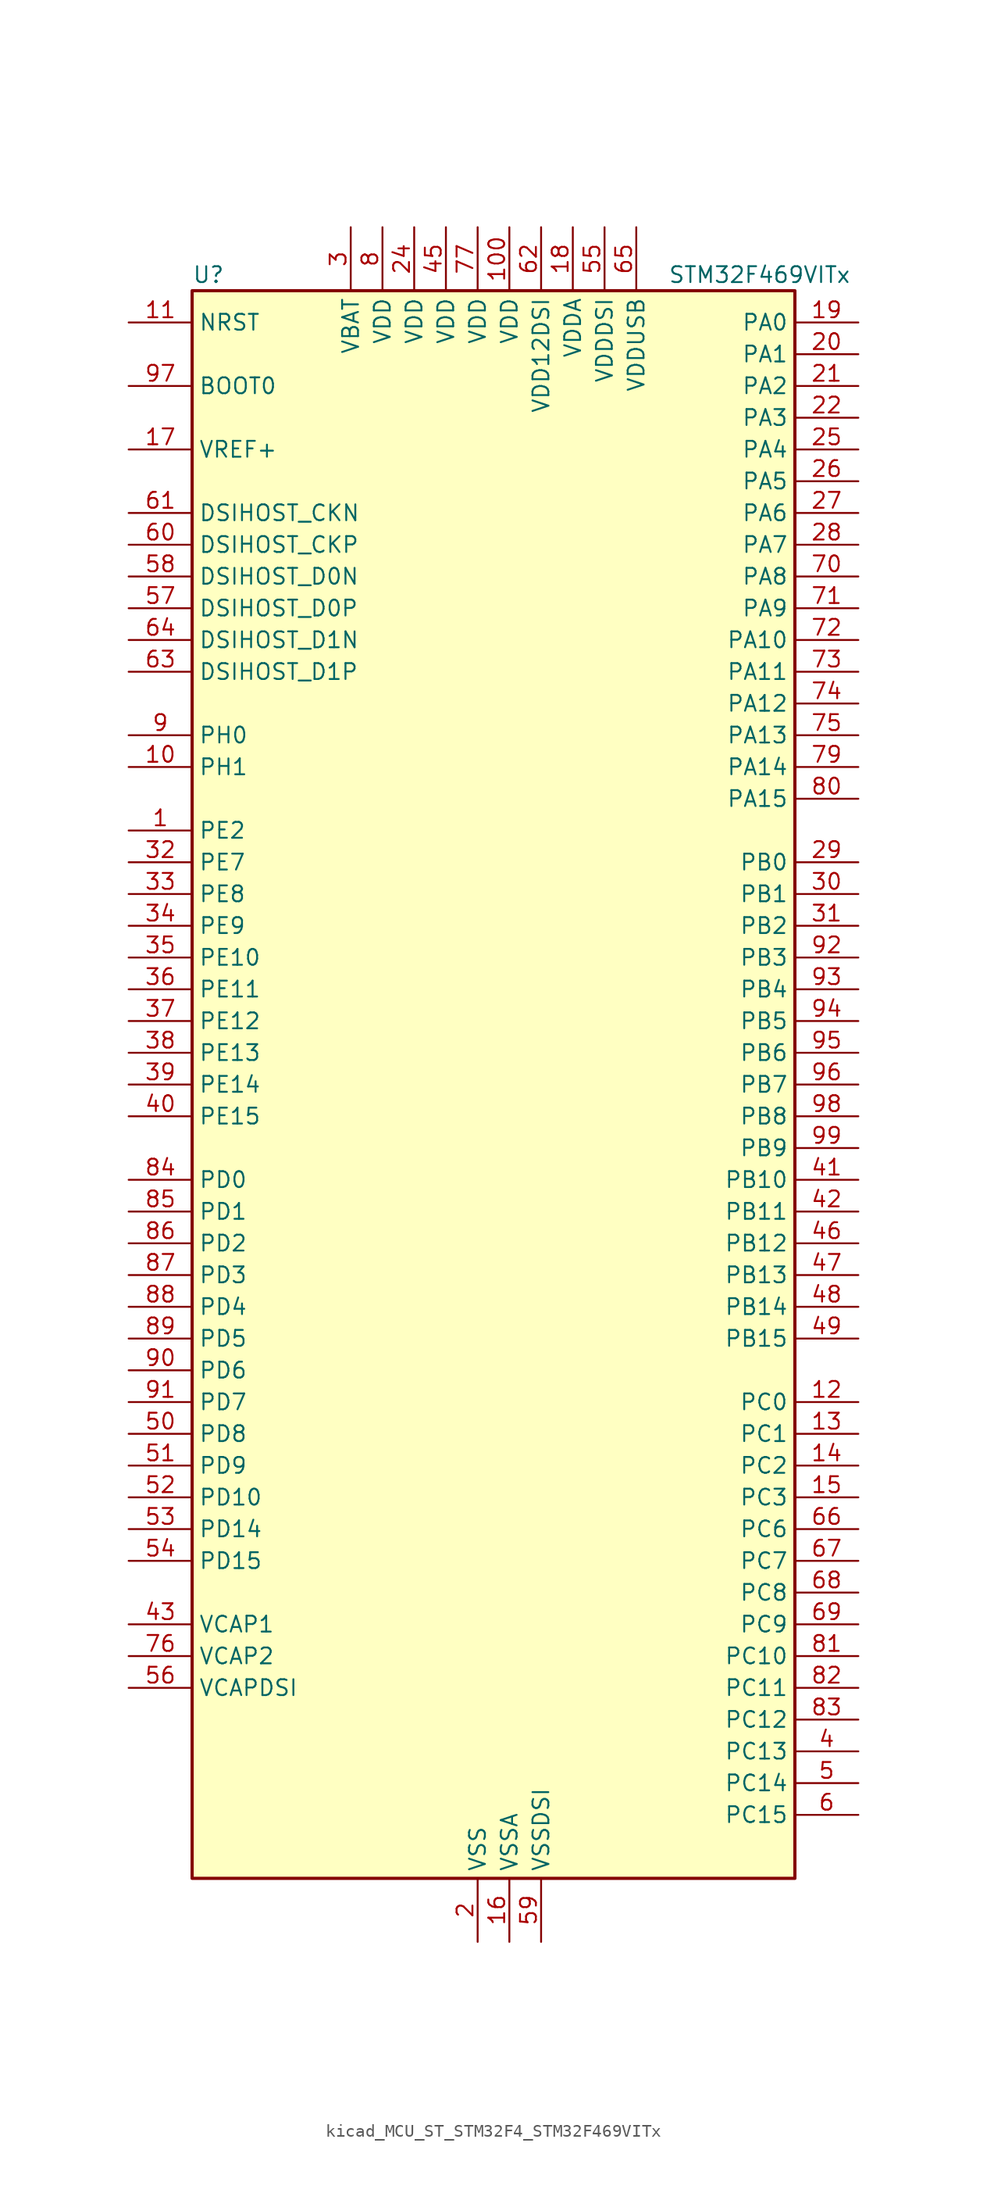
<source format=kicad_sym>
(kicad_symbol_lib
  (version 20220914)
  (generator kicad_symbol_editor)
  (symbol "kicad_MCU_ST_STM32F4_STM32F469VITx"
    (property "Reference" "U"
      (at -22.86 64.77 0)
      (effects (font (size 1.27 1.27)) (justify left)))
    (property "Value" "STM32F469VITx"
      (at 15.24 64.77 0)
      (effects (font (size 1.27 1.27)) (justify left)))
    (property "ki_locked" ""
      (at 0 0 0)
      (effects (font (size 1.27 1.27))))
    (symbol "kicad_MCU_ST_STM32F4_STM32F469VITx_0_1"
      (rectangle (start -22.86 -63.5) (end 25.4 63.5) (stroke (width 0.254) (type default)) (fill (type background))))
    (symbol "kicad_MCU_ST_STM32F4_STM32F469VITx_1_1"
      (pin bidirectional line (at -27.94 20.32 0) (length 5.08) (name "PE2" (effects (font (size 1.27 1.27)))) (number "1" (effects (font (size 1.27 1.27)))) (alternate "FMC_A23" bidirectional line) (alternate "QUADSPI_BK1_IO2" bidirectional line) (alternate "SAI1_MCLK_A" bidirectional line) (alternate "SPI4_SCK" bidirectional line) (alternate "SYS_TRACECLK" bidirectional line))
      (pin bidirectional line (at -27.94 25.4 0) (length 5.08) (name "PH1" (effects (font (size 1.27 1.27)))) (number "10" (effects (font (size 1.27 1.27)))) (alternate "RCC_OSC_OUT" bidirectional line))
      (pin power_in line (at 2.54 68.58 270) (length 5.08) (name "VDD" (effects (font (size 1.27 1.27)))) (number "100" (effects (font (size 1.27 1.27)))))
      (pin input line (at -27.94 60.96 0) (length 5.08) (name "NRST" (effects (font (size 1.27 1.27)))) (number "11" (effects (font (size 1.27 1.27)))))
      (pin bidirectional line (at 30.48 -25.4 180) (length 5.08) (name "PC0" (effects (font (size 1.27 1.27)))) (number "12" (effects (font (size 1.27 1.27)))) (alternate "ADC1_IN10" bidirectional line) (alternate "ADC2_IN10" bidirectional line) (alternate "ADC3_IN10" bidirectional line) (alternate "FMC_SDNWE" bidirectional line) (alternate "LTDC_R5" bidirectional line) (alternate "USB_OTG_HS_ULPI_STP" bidirectional line))
      (pin bidirectional line (at 30.48 -27.94 180) (length 5.08) (name "PC1" (effects (font (size 1.27 1.27)))) (number "13" (effects (font (size 1.27 1.27)))) (alternate "ADC1_IN11" bidirectional line) (alternate "ADC2_IN11" bidirectional line) (alternate "ADC3_IN11" bidirectional line) (alternate "I2S2_SD" bidirectional line) (alternate "SAI1_SD_A" bidirectional line) (alternate "SPI2_MOSI" bidirectional line) (alternate "SYS_TRACED0" bidirectional line))
      (pin bidirectional line (at 30.48 -30.48 180) (length 5.08) (name "PC2" (effects (font (size 1.27 1.27)))) (number "14" (effects (font (size 1.27 1.27)))) (alternate "ADC1_IN12" bidirectional line) (alternate "ADC2_IN12" bidirectional line) (alternate "ADC3_IN12" bidirectional line) (alternate "FMC_SDNE0" bidirectional line) (alternate "I2S2_ext_SD" bidirectional line) (alternate "SPI2_MISO" bidirectional line) (alternate "USB_OTG_HS_ULPI_DIR" bidirectional line))
      (pin bidirectional line (at 30.48 -33.02 180) (length 5.08) (name "PC3" (effects (font (size 1.27 1.27)))) (number "15" (effects (font (size 1.27 1.27)))) (alternate "ADC1_IN13" bidirectional line) (alternate "ADC2_IN13" bidirectional line) (alternate "ADC3_IN13" bidirectional line) (alternate "FMC_SDCKE0" bidirectional line) (alternate "I2S2_SD" bidirectional line) (alternate "SPI2_MOSI" bidirectional line) (alternate "USB_OTG_HS_ULPI_NXT" bidirectional line))
      (pin power_in line (at 2.54 -68.58 90) (length 5.08) (name "VSSA" (effects (font (size 1.27 1.27)))) (number "16" (effects (font (size 1.27 1.27)))))
      (pin input line (at -27.94 50.8 0) (length 5.08) (name "VREF+" (effects (font (size 1.27 1.27)))) (number "17" (effects (font (size 1.27 1.27)))))
      (pin power_in line (at 7.62 68.58 270) (length 5.08) (name "VDDA" (effects (font (size 1.27 1.27)))) (number "18" (effects (font (size 1.27 1.27)))))
      (pin bidirectional line (at 30.48 60.96 180) (length 5.08) (name "PA0" (effects (font (size 1.27 1.27)))) (number "19" (effects (font (size 1.27 1.27)))) (alternate "ADC1_IN0" bidirectional line) (alternate "ADC2_IN0" bidirectional line) (alternate "ADC3_IN0" bidirectional line) (alternate "SYS_WKUP" bidirectional line) (alternate "TIM2_CH1" bidirectional line) (alternate "TIM2_ETR" bidirectional line) (alternate "TIM5_CH1" bidirectional line) (alternate "TIM8_ETR" bidirectional line) (alternate "UART4_TX" bidirectional line) (alternate "USART2_CTS" bidirectional line))
      (pin power_in line (at 0 -68.58 90) (length 5.08) (name "VSS" (effects (font (size 1.27 1.27)))) (number "2" (effects (font (size 1.27 1.27)))))
      (pin bidirectional line (at 30.48 58.42 180) (length 5.08) (name "PA1" (effects (font (size 1.27 1.27)))) (number "20" (effects (font (size 1.27 1.27)))) (alternate "ADC1_IN1" bidirectional line) (alternate "ADC2_IN1" bidirectional line) (alternate "ADC3_IN1" bidirectional line) (alternate "LTDC_R2" bidirectional line) (alternate "QUADSPI_BK1_IO3" bidirectional line) (alternate "TIM2_CH2" bidirectional line) (alternate "TIM5_CH2" bidirectional line) (alternate "UART4_RX" bidirectional line) (alternate "USART2_RTS" bidirectional line))
      (pin bidirectional line (at 30.48 55.88 180) (length 5.08) (name "PA2" (effects (font (size 1.27 1.27)))) (number "21" (effects (font (size 1.27 1.27)))) (alternate "ADC1_IN2" bidirectional line) (alternate "ADC2_IN2" bidirectional line) (alternate "ADC3_IN2" bidirectional line) (alternate "LTDC_R1" bidirectional line) (alternate "TIM2_CH3" bidirectional line) (alternate "TIM5_CH3" bidirectional line) (alternate "TIM9_CH1" bidirectional line) (alternate "USART2_TX" bidirectional line))
      (pin bidirectional line (at 30.48 53.34 180) (length 5.08) (name "PA3" (effects (font (size 1.27 1.27)))) (number "22" (effects (font (size 1.27 1.27)))) (alternate "ADC1_IN3" bidirectional line) (alternate "ADC2_IN3" bidirectional line) (alternate "ADC3_IN3" bidirectional line) (alternate "LTDC_B2" bidirectional line) (alternate "LTDC_B5" bidirectional line) (alternate "TIM2_CH4" bidirectional line) (alternate "TIM5_CH4" bidirectional line) (alternate "TIM9_CH2" bidirectional line) (alternate "USART2_RX" bidirectional line) (alternate "USB_OTG_HS_ULPI_D0" bidirectional line))
      (pin passive line (at 0 -68.58 90) (length 5.08) hide (name "VSS" (effects (font (size 1.27 1.27)))) (number "23" (effects (font (size 1.27 1.27)))))
      (pin power_in line (at -5.08 68.58 270) (length 5.08) (name "VDD" (effects (font (size 1.27 1.27)))) (number "24" (effects (font (size 1.27 1.27)))))
      (pin bidirectional line (at 30.48 50.8 180) (length 5.08) (name "PA4" (effects (font (size 1.27 1.27)))) (number "25" (effects (font (size 1.27 1.27)))) (alternate "ADC1_IN4" bidirectional line) (alternate "ADC2_IN4" bidirectional line) (alternate "DAC_OUT1" bidirectional line) (alternate "DCMI_HSYNC" bidirectional line) (alternate "I2S3_WS" bidirectional line) (alternate "LTDC_VSYNC" bidirectional line) (alternate "SPI1_NSS" bidirectional line) (alternate "SPI3_NSS" bidirectional line) (alternate "USART2_CK" bidirectional line) (alternate "USB_OTG_HS_SOF" bidirectional line))
      (pin bidirectional line (at 30.48 48.26 180) (length 5.08) (name "PA5" (effects (font (size 1.27 1.27)))) (number "26" (effects (font (size 1.27 1.27)))) (alternate "ADC1_IN5" bidirectional line) (alternate "ADC2_IN5" bidirectional line) (alternate "DAC_OUT2" bidirectional line) (alternate "LTDC_R4" bidirectional line) (alternate "SPI1_SCK" bidirectional line) (alternate "TIM2_CH1" bidirectional line) (alternate "TIM2_ETR" bidirectional line) (alternate "TIM8_CH1N" bidirectional line) (alternate "USB_OTG_HS_ULPI_CK" bidirectional line))
      (pin bidirectional line (at 30.48 45.72 180) (length 5.08) (name "PA6" (effects (font (size 1.27 1.27)))) (number "27" (effects (font (size 1.27 1.27)))) (alternate "ADC1_IN6" bidirectional line) (alternate "ADC2_IN6" bidirectional line) (alternate "DCMI_PIXCLK" bidirectional line) (alternate "LTDC_G2" bidirectional line) (alternate "SPI1_MISO" bidirectional line) (alternate "TIM13_CH1" bidirectional line) (alternate "TIM1_BKIN" bidirectional line) (alternate "TIM3_CH1" bidirectional line) (alternate "TIM8_BKIN" bidirectional line))
      (pin bidirectional line (at 30.48 43.18 180) (length 5.08) (name "PA7" (effects (font (size 1.27 1.27)))) (number "28" (effects (font (size 1.27 1.27)))) (alternate "ADC1_IN7" bidirectional line) (alternate "ADC2_IN7" bidirectional line) (alternate "FMC_SDNWE" bidirectional line) (alternate "QUADSPI_CLK" bidirectional line) (alternate "SPI1_MOSI" bidirectional line) (alternate "TIM14_CH1" bidirectional line) (alternate "TIM1_CH1N" bidirectional line) (alternate "TIM3_CH2" bidirectional line) (alternate "TIM8_CH1N" bidirectional line))
      (pin bidirectional line (at 30.48 17.78 180) (length 5.08) (name "PB0" (effects (font (size 1.27 1.27)))) (number "29" (effects (font (size 1.27 1.27)))) (alternate "ADC1_IN8" bidirectional line) (alternate "ADC2_IN8" bidirectional line) (alternate "LTDC_G1" bidirectional line) (alternate "LTDC_R3" bidirectional line) (alternate "TIM1_CH2N" bidirectional line) (alternate "TIM3_CH3" bidirectional line) (alternate "TIM8_CH2N" bidirectional line) (alternate "USB_OTG_HS_ULPI_D1" bidirectional line))
      (pin power_in line (at -10.16 68.58 270) (length 5.08) (name "VBAT" (effects (font (size 1.27 1.27)))) (number "3" (effects (font (size 1.27 1.27)))))
      (pin bidirectional line (at 30.48 15.24 180) (length 5.08) (name "PB1" (effects (font (size 1.27 1.27)))) (number "30" (effects (font (size 1.27 1.27)))) (alternate "ADC1_IN9" bidirectional line) (alternate "ADC2_IN9" bidirectional line) (alternate "LTDC_G0" bidirectional line) (alternate "LTDC_R6" bidirectional line) (alternate "TIM1_CH3N" bidirectional line) (alternate "TIM3_CH4" bidirectional line) (alternate "TIM8_CH3N" bidirectional line) (alternate "USB_OTG_HS_ULPI_D2" bidirectional line))
      (pin bidirectional line (at 30.48 12.7 180) (length 5.08) (name "PB2" (effects (font (size 1.27 1.27)))) (number "31" (effects (font (size 1.27 1.27)))))
      (pin bidirectional line (at -27.94 17.78 0) (length 5.08) (name "PE7" (effects (font (size 1.27 1.27)))) (number "32" (effects (font (size 1.27 1.27)))) (alternate "FMC_D4" bidirectional line) (alternate "FMC_DA4" bidirectional line) (alternate "QUADSPI_BK2_IO0" bidirectional line) (alternate "TIM1_ETR" bidirectional line) (alternate "UART7_RX" bidirectional line))
      (pin bidirectional line (at -27.94 15.24 0) (length 5.08) (name "PE8" (effects (font (size 1.27 1.27)))) (number "33" (effects (font (size 1.27 1.27)))) (alternate "FMC_D5" bidirectional line) (alternate "FMC_DA5" bidirectional line) (alternate "QUADSPI_BK2_IO1" bidirectional line) (alternate "TIM1_CH1N" bidirectional line) (alternate "UART7_TX" bidirectional line))
      (pin bidirectional line (at -27.94 12.7 0) (length 5.08) (name "PE9" (effects (font (size 1.27 1.27)))) (number "34" (effects (font (size 1.27 1.27)))) (alternate "DAC_EXTI9" bidirectional line) (alternate "FMC_D6" bidirectional line) (alternate "FMC_DA6" bidirectional line) (alternate "QUADSPI_BK2_IO2" bidirectional line) (alternate "TIM1_CH1" bidirectional line))
      (pin bidirectional line (at -27.94 10.16 0) (length 5.08) (name "PE10" (effects (font (size 1.27 1.27)))) (number "35" (effects (font (size 1.27 1.27)))) (alternate "FMC_D7" bidirectional line) (alternate "FMC_DA7" bidirectional line) (alternate "QUADSPI_BK2_IO3" bidirectional line) (alternate "TIM1_CH2N" bidirectional line))
      (pin bidirectional line (at -27.94 7.62 0) (length 5.08) (name "PE11" (effects (font (size 1.27 1.27)))) (number "36" (effects (font (size 1.27 1.27)))) (alternate "ADC1_EXTI11" bidirectional line) (alternate "ADC2_EXTI11" bidirectional line) (alternate "ADC3_EXTI11" bidirectional line) (alternate "FMC_D8" bidirectional line) (alternate "FMC_DA8" bidirectional line) (alternate "LTDC_G3" bidirectional line) (alternate "SPI4_NSS" bidirectional line) (alternate "TIM1_CH2" bidirectional line))
      (pin bidirectional line (at -27.94 5.08 0) (length 5.08) (name "PE12" (effects (font (size 1.27 1.27)))) (number "37" (effects (font (size 1.27 1.27)))) (alternate "FMC_D9" bidirectional line) (alternate "FMC_DA9" bidirectional line) (alternate "LTDC_B4" bidirectional line) (alternate "SPI4_SCK" bidirectional line) (alternate "TIM1_CH3N" bidirectional line))
      (pin bidirectional line (at -27.94 2.54 0) (length 5.08) (name "PE13" (effects (font (size 1.27 1.27)))) (number "38" (effects (font (size 1.27 1.27)))) (alternate "FMC_D10" bidirectional line) (alternate "FMC_DA10" bidirectional line) (alternate "LTDC_DE" bidirectional line) (alternate "SPI4_MISO" bidirectional line) (alternate "TIM1_CH3" bidirectional line))
      (pin bidirectional line (at -27.94 0 0) (length 5.08) (name "PE14" (effects (font (size 1.27 1.27)))) (number "39" (effects (font (size 1.27 1.27)))) (alternate "FMC_D11" bidirectional line) (alternate "FMC_DA11" bidirectional line) (alternate "LTDC_CLK" bidirectional line) (alternate "SPI4_MOSI" bidirectional line) (alternate "TIM1_CH4" bidirectional line))
      (pin bidirectional line (at 30.48 -53.34 180) (length 5.08) (name "PC13" (effects (font (size 1.27 1.27)))) (number "4" (effects (font (size 1.27 1.27)))) (alternate "RTC_AF1" bidirectional line))
      (pin bidirectional line (at -27.94 -2.54 0) (length 5.08) (name "PE15" (effects (font (size 1.27 1.27)))) (number "40" (effects (font (size 1.27 1.27)))) (alternate "ADC1_EXTI15" bidirectional line) (alternate "ADC2_EXTI15" bidirectional line) (alternate "ADC3_EXTI15" bidirectional line) (alternate "FMC_D12" bidirectional line) (alternate "FMC_DA12" bidirectional line) (alternate "LTDC_R7" bidirectional line) (alternate "TIM1_BKIN" bidirectional line))
      (pin bidirectional line (at 30.48 -7.62 180) (length 5.08) (name "PB10" (effects (font (size 1.27 1.27)))) (number "41" (effects (font (size 1.27 1.27)))) (alternate "I2C2_SCL" bidirectional line) (alternate "I2S2_CK" bidirectional line) (alternate "LTDC_G4" bidirectional line) (alternate "QUADSPI_BK1_NCS" bidirectional line) (alternate "SPI2_SCK" bidirectional line) (alternate "TIM2_CH3" bidirectional line) (alternate "USART3_TX" bidirectional line) (alternate "USB_OTG_HS_ULPI_D3" bidirectional line))
      (pin bidirectional line (at 30.48 -10.16 180) (length 5.08) (name "PB11" (effects (font (size 1.27 1.27)))) (number "42" (effects (font (size 1.27 1.27)))) (alternate "ADC1_EXTI11" bidirectional line) (alternate "ADC2_EXTI11" bidirectional line) (alternate "ADC3_EXTI11" bidirectional line) (alternate "DSIHOST_TE" bidirectional line) (alternate "I2C2_SDA" bidirectional line) (alternate "LTDC_G5" bidirectional line) (alternate "TIM2_CH4" bidirectional line) (alternate "USART3_RX" bidirectional line) (alternate "USB_OTG_HS_ULPI_D4" bidirectional line))
      (pin power_out line (at -27.94 -43.18 0) (length 5.08) (name "VCAP1" (effects (font (size 1.27 1.27)))) (number "43" (effects (font (size 1.27 1.27)))))
      (pin passive line (at 0 -68.58 90) (length 5.08) hide (name "VSS" (effects (font (size 1.27 1.27)))) (number "44" (effects (font (size 1.27 1.27)))))
      (pin power_in line (at -2.54 68.58 270) (length 5.08) (name "VDD" (effects (font (size 1.27 1.27)))) (number "45" (effects (font (size 1.27 1.27)))))
      (pin bidirectional line (at 30.48 -12.7 180) (length 5.08) (name "PB12" (effects (font (size 1.27 1.27)))) (number "46" (effects (font (size 1.27 1.27)))) (alternate "CAN2_RX" bidirectional line) (alternate "I2C2_SMBA" bidirectional line) (alternate "I2S2_WS" bidirectional line) (alternate "SPI2_NSS" bidirectional line) (alternate "TIM1_BKIN" bidirectional line) (alternate "USART3_CK" bidirectional line) (alternate "USB_OTG_HS_ID" bidirectional line) (alternate "USB_OTG_HS_ULPI_D5" bidirectional line))
      (pin bidirectional line (at 30.48 -15.24 180) (length 5.08) (name "PB13" (effects (font (size 1.27 1.27)))) (number "47" (effects (font (size 1.27 1.27)))) (alternate "CAN2_TX" bidirectional line) (alternate "I2S2_CK" bidirectional line) (alternate "SPI2_SCK" bidirectional line) (alternate "TIM1_CH1N" bidirectional line) (alternate "USART3_CTS" bidirectional line) (alternate "USB_OTG_HS_ULPI_D6" bidirectional line) (alternate "USB_OTG_HS_VBUS" bidirectional line))
      (pin bidirectional line (at 30.48 -17.78 180) (length 5.08) (name "PB14" (effects (font (size 1.27 1.27)))) (number "48" (effects (font (size 1.27 1.27)))) (alternate "I2S2_ext_SD" bidirectional line) (alternate "SPI2_MISO" bidirectional line) (alternate "TIM12_CH1" bidirectional line) (alternate "TIM1_CH2N" bidirectional line) (alternate "TIM8_CH2N" bidirectional line) (alternate "USART3_RTS" bidirectional line) (alternate "USB_OTG_HS_DM" bidirectional line))
      (pin bidirectional line (at 30.48 -20.32 180) (length 5.08) (name "PB15" (effects (font (size 1.27 1.27)))) (number "49" (effects (font (size 1.27 1.27)))) (alternate "ADC1_EXTI15" bidirectional line) (alternate "ADC2_EXTI15" bidirectional line) (alternate "ADC3_EXTI15" bidirectional line) (alternate "I2S2_SD" bidirectional line) (alternate "RTC_REFIN" bidirectional line) (alternate "SPI2_MOSI" bidirectional line) (alternate "TIM12_CH2" bidirectional line) (alternate "TIM1_CH3N" bidirectional line) (alternate "TIM8_CH3N" bidirectional line) (alternate "USB_OTG_HS_DP" bidirectional line))
      (pin bidirectional line (at 30.48 -55.88 180) (length 5.08) (name "PC14" (effects (font (size 1.27 1.27)))) (number "5" (effects (font (size 1.27 1.27)))) (alternate "RCC_OSC32_IN" bidirectional line))
      (pin bidirectional line (at -27.94 -27.94 0) (length 5.08) (name "PD8" (effects (font (size 1.27 1.27)))) (number "50" (effects (font (size 1.27 1.27)))) (alternate "FMC_D13" bidirectional line) (alternate "FMC_DA13" bidirectional line) (alternate "USART3_TX" bidirectional line))
      (pin bidirectional line (at -27.94 -30.48 0) (length 5.08) (name "PD9" (effects (font (size 1.27 1.27)))) (number "51" (effects (font (size 1.27 1.27)))) (alternate "DAC_EXTI9" bidirectional line) (alternate "FMC_D14" bidirectional line) (alternate "FMC_DA14" bidirectional line) (alternate "USART3_RX" bidirectional line))
      (pin bidirectional line (at -27.94 -33.02 0) (length 5.08) (name "PD10" (effects (font (size 1.27 1.27)))) (number "52" (effects (font (size 1.27 1.27)))) (alternate "FMC_D15" bidirectional line) (alternate "FMC_DA15" bidirectional line) (alternate "LTDC_B3" bidirectional line) (alternate "USART3_CK" bidirectional line))
      (pin bidirectional line (at -27.94 -35.56 0) (length 5.08) (name "PD14" (effects (font (size 1.27 1.27)))) (number "53" (effects (font (size 1.27 1.27)))) (alternate "FMC_D0" bidirectional line) (alternate "FMC_DA0" bidirectional line) (alternate "TIM4_CH3" bidirectional line))
      (pin bidirectional line (at -27.94 -38.1 0) (length 5.08) (name "PD15" (effects (font (size 1.27 1.27)))) (number "54" (effects (font (size 1.27 1.27)))) (alternate "ADC1_EXTI15" bidirectional line) (alternate "ADC2_EXTI15" bidirectional line) (alternate "ADC3_EXTI15" bidirectional line) (alternate "FMC_D1" bidirectional line) (alternate "FMC_DA1" bidirectional line) (alternate "TIM4_CH4" bidirectional line))
      (pin power_in line (at 10.16 68.58 270) (length 5.08) (name "VDDDSI" (effects (font (size 1.27 1.27)))) (number "55" (effects (font (size 1.27 1.27)))))
      (pin power_out line (at -27.94 -48.26 0) (length 5.08) (name "VCAPDSI" (effects (font (size 1.27 1.27)))) (number "56" (effects (font (size 1.27 1.27)))))
      (pin bidirectional line (at -27.94 38.1 0) (length 5.08) (name "DSIHOST_D0P" (effects (font (size 1.27 1.27)))) (number "57" (effects (font (size 1.27 1.27)))) (alternate "DSIHOST_D0P" bidirectional line))
      (pin bidirectional line (at -27.94 40.64 0) (length 5.08) (name "DSIHOST_D0N" (effects (font (size 1.27 1.27)))) (number "58" (effects (font (size 1.27 1.27)))) (alternate "DSIHOST_D0N" bidirectional line))
      (pin power_in line (at 5.08 -68.58 90) (length 5.08) (name "VSSDSI" (effects (font (size 1.27 1.27)))) (number "59" (effects (font (size 1.27 1.27)))))
      (pin bidirectional line (at 30.48 -58.42 180) (length 5.08) (name "PC15" (effects (font (size 1.27 1.27)))) (number "6" (effects (font (size 1.27 1.27)))) (alternate "ADC1_EXTI15" bidirectional line) (alternate "ADC2_EXTI15" bidirectional line) (alternate "ADC3_EXTI15" bidirectional line) (alternate "RCC_OSC32_OUT" bidirectional line))
      (pin bidirectional line (at -27.94 43.18 0) (length 5.08) (name "DSIHOST_CKP" (effects (font (size 1.27 1.27)))) (number "60" (effects (font (size 1.27 1.27)))) (alternate "DSIHOST_CKP" bidirectional line))
      (pin bidirectional line (at -27.94 45.72 0) (length 5.08) (name "DSIHOST_CKN" (effects (font (size 1.27 1.27)))) (number "61" (effects (font (size 1.27 1.27)))) (alternate "DSIHOST_CKN" bidirectional line))
      (pin power_in line (at 5.08 68.58 270) (length 5.08) (name "VDD12DSI" (effects (font (size 1.27 1.27)))) (number "62" (effects (font (size 1.27 1.27)))))
      (pin bidirectional line (at -27.94 33.02 0) (length 5.08) (name "DSIHOST_D1P" (effects (font (size 1.27 1.27)))) (number "63" (effects (font (size 1.27 1.27)))) (alternate "DSIHOST_D1P" bidirectional line))
      (pin bidirectional line (at -27.94 35.56 0) (length 5.08) (name "DSIHOST_D1N" (effects (font (size 1.27 1.27)))) (number "64" (effects (font (size 1.27 1.27)))) (alternate "DSIHOST_D1N" bidirectional line))
      (pin power_in line (at 12.7 68.58 270) (length 5.08) (name "VDDUSB" (effects (font (size 1.27 1.27)))) (number "65" (effects (font (size 1.27 1.27)))))
      (pin bidirectional line (at 30.48 -35.56 180) (length 5.08) (name "PC6" (effects (font (size 1.27 1.27)))) (number "66" (effects (font (size 1.27 1.27)))) (alternate "DCMI_D0" bidirectional line) (alternate "I2S2_MCK" bidirectional line) (alternate "LTDC_HSYNC" bidirectional line) (alternate "SDIO_D6" bidirectional line) (alternate "TIM3_CH1" bidirectional line) (alternate "TIM8_CH1" bidirectional line) (alternate "USART6_TX" bidirectional line))
      (pin bidirectional line (at 30.48 -38.1 180) (length 5.08) (name "PC7" (effects (font (size 1.27 1.27)))) (number "67" (effects (font (size 1.27 1.27)))) (alternate "DCMI_D1" bidirectional line) (alternate "I2S3_MCK" bidirectional line) (alternate "LTDC_G6" bidirectional line) (alternate "SDIO_D7" bidirectional line) (alternate "TIM3_CH2" bidirectional line) (alternate "TIM8_CH2" bidirectional line) (alternate "USART6_RX" bidirectional line))
      (pin bidirectional line (at 30.48 -40.64 180) (length 5.08) (name "PC8" (effects (font (size 1.27 1.27)))) (number "68" (effects (font (size 1.27 1.27)))) (alternate "DCMI_D2" bidirectional line) (alternate "SDIO_D0" bidirectional line) (alternate "SYS_TRACED1" bidirectional line) (alternate "TIM3_CH3" bidirectional line) (alternate "TIM8_CH3" bidirectional line) (alternate "USART6_CK" bidirectional line))
      (pin bidirectional line (at 30.48 -43.18 180) (length 5.08) (name "PC9" (effects (font (size 1.27 1.27)))) (number "69" (effects (font (size 1.27 1.27)))) (alternate "DAC_EXTI9" bidirectional line) (alternate "DCMI_D3" bidirectional line) (alternate "I2C3_SDA" bidirectional line) (alternate "I2S_CKIN" bidirectional line) (alternate "QUADSPI_BK1_IO0" bidirectional line) (alternate "RCC_MCO_2" bidirectional line) (alternate "SDIO_D1" bidirectional line) (alternate "TIM3_CH4" bidirectional line) (alternate "TIM8_CH4" bidirectional line))
      (pin passive line (at 0 -68.58 90) (length 5.08) hide (name "VSS" (effects (font (size 1.27 1.27)))) (number "7" (effects (font (size 1.27 1.27)))))
      (pin bidirectional line (at 30.48 40.64 180) (length 5.08) (name "PA8" (effects (font (size 1.27 1.27)))) (number "70" (effects (font (size 1.27 1.27)))) (alternate "I2C3_SCL" bidirectional line) (alternate "LTDC_R6" bidirectional line) (alternate "RCC_MCO_1" bidirectional line) (alternate "TIM1_CH1" bidirectional line) (alternate "USART1_CK" bidirectional line) (alternate "USB_OTG_FS_SOF" bidirectional line))
      (pin bidirectional line (at 30.48 38.1 180) (length 5.08) (name "PA9" (effects (font (size 1.27 1.27)))) (number "71" (effects (font (size 1.27 1.27)))) (alternate "DAC_EXTI9" bidirectional line) (alternate "DCMI_D0" bidirectional line) (alternate "I2C3_SMBA" bidirectional line) (alternate "I2S2_CK" bidirectional line) (alternate "SPI2_SCK" bidirectional line) (alternate "TIM1_CH2" bidirectional line) (alternate "USART1_TX" bidirectional line) (alternate "USB_OTG_FS_VBUS" bidirectional line))
      (pin bidirectional line (at 30.48 35.56 180) (length 5.08) (name "PA10" (effects (font (size 1.27 1.27)))) (number "72" (effects (font (size 1.27 1.27)))) (alternate "DCMI_D1" bidirectional line) (alternate "TIM1_CH3" bidirectional line) (alternate "USART1_RX" bidirectional line) (alternate "USB_OTG_FS_ID" bidirectional line))
      (pin bidirectional line (at 30.48 33.02 180) (length 5.08) (name "PA11" (effects (font (size 1.27 1.27)))) (number "73" (effects (font (size 1.27 1.27)))) (alternate "ADC1_EXTI11" bidirectional line) (alternate "ADC2_EXTI11" bidirectional line) (alternate "ADC3_EXTI11" bidirectional line) (alternate "CAN1_RX" bidirectional line) (alternate "LTDC_R4" bidirectional line) (alternate "TIM1_CH4" bidirectional line) (alternate "USART1_CTS" bidirectional line) (alternate "USB_OTG_FS_DM" bidirectional line))
      (pin bidirectional line (at 30.48 30.48 180) (length 5.08) (name "PA12" (effects (font (size 1.27 1.27)))) (number "74" (effects (font (size 1.27 1.27)))) (alternate "CAN1_TX" bidirectional line) (alternate "LTDC_R5" bidirectional line) (alternate "TIM1_ETR" bidirectional line) (alternate "USART1_RTS" bidirectional line) (alternate "USB_OTG_FS_DP" bidirectional line))
      (pin bidirectional line (at 30.48 27.94 180) (length 5.08) (name "PA13" (effects (font (size 1.27 1.27)))) (number "75" (effects (font (size 1.27 1.27)))) (alternate "SYS_JTMS-SWDIO" bidirectional line))
      (pin power_out line (at -27.94 -45.72 0) (length 5.08) (name "VCAP2" (effects (font (size 1.27 1.27)))) (number "76" (effects (font (size 1.27 1.27)))))
      (pin power_in line (at 0 68.58 270) (length 5.08) (name "VDD" (effects (font (size 1.27 1.27)))) (number "77" (effects (font (size 1.27 1.27)))))
      (pin passive line (at 0 -68.58 90) (length 5.08) hide (name "VSS" (effects (font (size 1.27 1.27)))) (number "78" (effects (font (size 1.27 1.27)))))
      (pin bidirectional line (at 30.48 25.4 180) (length 5.08) (name "PA14" (effects (font (size 1.27 1.27)))) (number "79" (effects (font (size 1.27 1.27)))) (alternate "SYS_JTCK-SWCLK" bidirectional line))
      (pin power_in line (at -7.62 68.58 270) (length 5.08) (name "VDD" (effects (font (size 1.27 1.27)))) (number "8" (effects (font (size 1.27 1.27)))))
      (pin bidirectional line (at 30.48 22.86 180) (length 5.08) (name "PA15" (effects (font (size 1.27 1.27)))) (number "80" (effects (font (size 1.27 1.27)))) (alternate "ADC1_EXTI15" bidirectional line) (alternate "ADC2_EXTI15" bidirectional line) (alternate "ADC3_EXTI15" bidirectional line) (alternate "I2S3_WS" bidirectional line) (alternate "SPI1_NSS" bidirectional line) (alternate "SPI3_NSS" bidirectional line) (alternate "SYS_JTDI" bidirectional line) (alternate "TIM2_CH1" bidirectional line) (alternate "TIM2_ETR" bidirectional line))
      (pin bidirectional line (at 30.48 -45.72 180) (length 5.08) (name "PC10" (effects (font (size 1.27 1.27)))) (number "81" (effects (font (size 1.27 1.27)))) (alternate "DCMI_D8" bidirectional line) (alternate "I2S3_CK" bidirectional line) (alternate "LTDC_R2" bidirectional line) (alternate "QUADSPI_BK1_IO1" bidirectional line) (alternate "SDIO_D2" bidirectional line) (alternate "SPI3_SCK" bidirectional line) (alternate "UART4_TX" bidirectional line) (alternate "USART3_TX" bidirectional line))
      (pin bidirectional line (at 30.48 -48.26 180) (length 5.08) (name "PC11" (effects (font (size 1.27 1.27)))) (number "82" (effects (font (size 1.27 1.27)))) (alternate "ADC1_EXTI11" bidirectional line) (alternate "ADC2_EXTI11" bidirectional line) (alternate "ADC3_EXTI11" bidirectional line) (alternate "DCMI_D4" bidirectional line) (alternate "I2S3_ext_SD" bidirectional line) (alternate "QUADSPI_BK2_NCS" bidirectional line) (alternate "SDIO_D3" bidirectional line) (alternate "SPI3_MISO" bidirectional line) (alternate "UART4_RX" bidirectional line) (alternate "USART3_RX" bidirectional line))
      (pin bidirectional line (at 30.48 -50.8 180) (length 5.08) (name "PC12" (effects (font (size 1.27 1.27)))) (number "83" (effects (font (size 1.27 1.27)))) (alternate "DCMI_D9" bidirectional line) (alternate "I2S3_SD" bidirectional line) (alternate "SDIO_CK" bidirectional line) (alternate "SPI3_MOSI" bidirectional line) (alternate "SYS_TRACED3" bidirectional line) (alternate "UART5_TX" bidirectional line) (alternate "USART3_CK" bidirectional line))
      (pin bidirectional line (at -27.94 -7.62 0) (length 5.08) (name "PD0" (effects (font (size 1.27 1.27)))) (number "84" (effects (font (size 1.27 1.27)))) (alternate "CAN1_RX" bidirectional line) (alternate "FMC_D2" bidirectional line) (alternate "FMC_DA2" bidirectional line))
      (pin bidirectional line (at -27.94 -10.16 0) (length 5.08) (name "PD1" (effects (font (size 1.27 1.27)))) (number "85" (effects (font (size 1.27 1.27)))) (alternate "CAN1_TX" bidirectional line) (alternate "FMC_D3" bidirectional line) (alternate "FMC_DA3" bidirectional line))
      (pin bidirectional line (at -27.94 -12.7 0) (length 5.08) (name "PD2" (effects (font (size 1.27 1.27)))) (number "86" (effects (font (size 1.27 1.27)))) (alternate "DCMI_D11" bidirectional line) (alternate "SDIO_CMD" bidirectional line) (alternate "SYS_TRACED2" bidirectional line) (alternate "TIM3_ETR" bidirectional line) (alternate "UART5_RX" bidirectional line))
      (pin bidirectional line (at -27.94 -15.24 0) (length 5.08) (name "PD3" (effects (font (size 1.27 1.27)))) (number "87" (effects (font (size 1.27 1.27)))) (alternate "DCMI_D5" bidirectional line) (alternate "FMC_CLK" bidirectional line) (alternate "I2S2_CK" bidirectional line) (alternate "LTDC_G7" bidirectional line) (alternate "SPI2_SCK" bidirectional line) (alternate "USART2_CTS" bidirectional line))
      (pin bidirectional line (at -27.94 -17.78 0) (length 5.08) (name "PD4" (effects (font (size 1.27 1.27)))) (number "88" (effects (font (size 1.27 1.27)))) (alternate "FMC_NOE" bidirectional line) (alternate "USART2_RTS" bidirectional line))
      (pin bidirectional line (at -27.94 -20.32 0) (length 5.08) (name "PD5" (effects (font (size 1.27 1.27)))) (number "89" (effects (font (size 1.27 1.27)))) (alternate "FMC_NWE" bidirectional line) (alternate "USART2_TX" bidirectional line))
      (pin bidirectional line (at -27.94 27.94 0) (length 5.08) (name "PH0" (effects (font (size 1.27 1.27)))) (number "9" (effects (font (size 1.27 1.27)))) (alternate "RCC_OSC_IN" bidirectional line))
      (pin bidirectional line (at -27.94 -22.86 0) (length 5.08) (name "PD6" (effects (font (size 1.27 1.27)))) (number "90" (effects (font (size 1.27 1.27)))) (alternate "DCMI_D10" bidirectional line) (alternate "FMC_NWAIT" bidirectional line) (alternate "I2S3_SD" bidirectional line) (alternate "LTDC_B2" bidirectional line) (alternate "SAI1_SD_A" bidirectional line) (alternate "SPI3_MOSI" bidirectional line) (alternate "USART2_RX" bidirectional line))
      (pin bidirectional line (at -27.94 -25.4 0) (length 5.08) (name "PD7" (effects (font (size 1.27 1.27)))) (number "91" (effects (font (size 1.27 1.27)))) (alternate "FMC_NE1" bidirectional line) (alternate "USART2_CK" bidirectional line))
      (pin bidirectional line (at 30.48 10.16 180) (length 5.08) (name "PB3" (effects (font (size 1.27 1.27)))) (number "92" (effects (font (size 1.27 1.27)))) (alternate "I2S3_CK" bidirectional line) (alternate "SPI1_SCK" bidirectional line) (alternate "SPI3_SCK" bidirectional line) (alternate "SYS_JTDO-SWO" bidirectional line) (alternate "TIM2_CH2" bidirectional line))
      (pin bidirectional line (at 30.48 7.62 180) (length 5.08) (name "PB4" (effects (font (size 1.27 1.27)))) (number "93" (effects (font (size 1.27 1.27)))) (alternate "I2S3_ext_SD" bidirectional line) (alternate "SPI1_MISO" bidirectional line) (alternate "SPI3_MISO" bidirectional line) (alternate "SYS_JTRST" bidirectional line) (alternate "TIM3_CH1" bidirectional line))
      (pin bidirectional line (at 30.48 5.08 180) (length 5.08) (name "PB5" (effects (font (size 1.27 1.27)))) (number "94" (effects (font (size 1.27 1.27)))) (alternate "CAN2_RX" bidirectional line) (alternate "DCMI_D10" bidirectional line) (alternate "FMC_SDCKE1" bidirectional line) (alternate "I2C1_SMBA" bidirectional line) (alternate "I2S3_SD" bidirectional line) (alternate "LTDC_G7" bidirectional line) (alternate "SPI1_MOSI" bidirectional line) (alternate "SPI3_MOSI" bidirectional line) (alternate "TIM3_CH2" bidirectional line) (alternate "USB_OTG_HS_ULPI_D7" bidirectional line))
      (pin bidirectional line (at 30.48 2.54 180) (length 5.08) (name "PB6" (effects (font (size 1.27 1.27)))) (number "95" (effects (font (size 1.27 1.27)))) (alternate "CAN2_TX" bidirectional line) (alternate "DCMI_D5" bidirectional line) (alternate "FMC_SDNE1" bidirectional line) (alternate "I2C1_SCL" bidirectional line) (alternate "QUADSPI_BK1_NCS" bidirectional line) (alternate "TIM4_CH1" bidirectional line) (alternate "USART1_TX" bidirectional line))
      (pin bidirectional line (at 30.48 0 180) (length 5.08) (name "PB7" (effects (font (size 1.27 1.27)))) (number "96" (effects (font (size 1.27 1.27)))) (alternate "DCMI_VSYNC" bidirectional line) (alternate "FMC_NL" bidirectional line) (alternate "I2C1_SDA" bidirectional line) (alternate "TIM4_CH2" bidirectional line) (alternate "USART1_RX" bidirectional line))
      (pin input line (at -27.94 55.88 0) (length 5.08) (name "BOOT0" (effects (font (size 1.27 1.27)))) (number "97" (effects (font (size 1.27 1.27)))))
      (pin bidirectional line (at 30.48 -2.54 180) (length 5.08) (name "PB8" (effects (font (size 1.27 1.27)))) (number "98" (effects (font (size 1.27 1.27)))) (alternate "CAN1_RX" bidirectional line) (alternate "DCMI_D6" bidirectional line) (alternate "I2C1_SCL" bidirectional line) (alternate "LTDC_B6" bidirectional line) (alternate "SDIO_D4" bidirectional line) (alternate "TIM10_CH1" bidirectional line) (alternate "TIM4_CH3" bidirectional line))
      (pin bidirectional line (at 30.48 -5.08 180) (length 5.08) (name "PB9" (effects (font (size 1.27 1.27)))) (number "99" (effects (font (size 1.27 1.27)))) (alternate "CAN1_TX" bidirectional line) (alternate "DAC_EXTI9" bidirectional line) (alternate "DCMI_D7" bidirectional line) (alternate "I2C1_SDA" bidirectional line) (alternate "I2S2_WS" bidirectional line) (alternate "LTDC_B7" bidirectional line) (alternate "SDIO_D5" bidirectional line) (alternate "SPI2_NSS" bidirectional line) (alternate "TIM11_CH1" bidirectional line) (alternate "TIM4_CH4" bidirectional line)))))
</source>
